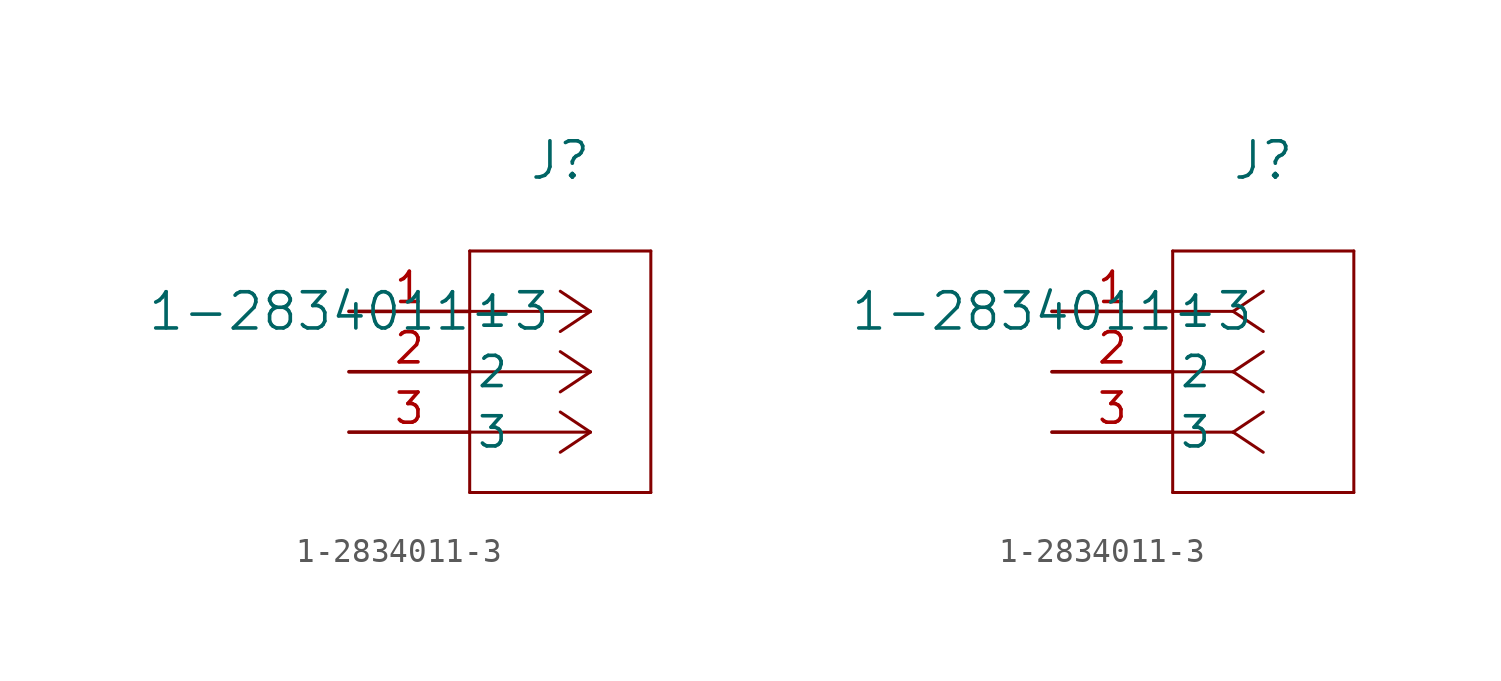
<source format=kicad_sym>
(kicad_symbol_lib
  (version 20211014)
  (generator kicad_symbol_editor)
  (symbol "1-2834011-3"
    (pin_names
      (offset 0.254))
    (property "Reference" "J"
      (at 8.89 6.35 0)
      (effects (font (size 1.524 1.524))))
    (property "Value" "1-2834011-3"
      (at 0 0 0)
      (effects (font (size 1.524 1.524))))
    (symbol "1-2834011-3_1_1"
      (polyline (pts (xy 10.16 0) (xy 5.08 0)) (stroke (width 0.127) (type default) (color 0 0 0 0)) (fill (type none)))
      (polyline (pts (xy 10.16 -2.54) (xy 5.08 -2.54)) (stroke (width 0.127) (type default) (color 0 0 0 0)) (fill (type none)))
      (polyline (pts (xy 10.16 -5.08) (xy 5.08 -5.08)) (stroke (width 0.127) (type default) (color 0 0 0 0)) (fill (type none)))
      (polyline (pts (xy 10.16 0) (xy 8.89 0.847)) (stroke (width 0.127) (type default) (color 0 0 0 0)) (fill (type none)))
      (polyline (pts (xy 10.16 -2.54) (xy 8.89 -1.693)) (stroke (width 0.127) (type default) (color 0 0 0 0)) (fill (type none)))
      (polyline (pts (xy 10.16 -5.08) (xy 8.89 -4.233)) (stroke (width 0.127) (type default) (color 0 0 0 0)) (fill (type none)))
      (polyline (pts (xy 10.16 0) (xy 8.89 -0.847)) (stroke (width 0.127) (type default) (color 0 0 0 0)) (fill (type none)))
      (polyline (pts (xy 10.16 -2.54) (xy 8.89 -3.387)) (stroke (width 0.127) (type default) (color 0 0 0 0)) (fill (type none)))
      (polyline (pts (xy 10.16 -5.08) (xy 8.89 -5.927)) (stroke (width 0.127) (type default) (color 0 0 0 0)) (fill (type none)))
      (polyline (pts (xy 5.08 2.54) (xy 5.08 -7.62)) (stroke (width 0.127) (type default) (color 0 0 0 0)) (fill (type none)))
      (polyline (pts (xy 5.08 -7.62) (xy 12.7 -7.62)) (stroke (width 0.127) (type default) (color 0 0 0 0)) (fill (type none)))
      (polyline (pts (xy 12.7 -7.62) (xy 12.7 2.54)) (stroke (width 0.127) (type default) (color 0 0 0 0)) (fill (type none)))
      (polyline (pts (xy 12.7 2.54) (xy 5.08 2.54)) (stroke (width 0.127) (type default) (color 0 0 0 0)) (fill (type none)))
      (pin unspecified line (at 0 0 0) (length 5.08) (name "1" (effects (font (size 1.27 1.27)))) (number "1" (effects (font (size 1.27 1.27)))))
      (pin unspecified line (at 0 -2.54 0) (length 5.08) (name "2" (effects (font (size 1.27 1.27)))) (number "2" (effects (font (size 1.27 1.27)))))
      (pin unspecified line (at 0 -5.08 0) (length 5.08) (name "3" (effects (font (size 1.27 1.27)))) (number "3" (effects (font (size 1.27 1.27))))))
    (symbol "1-2834011-3_1_2"
      (polyline (pts (xy 7.62 0) (xy 5.08 0)) (stroke (width 0.127) (type default) (color 0 0 0 0)) (fill (type none)))
      (polyline (pts (xy 7.62 -2.54) (xy 5.08 -2.54)) (stroke (width 0.127) (type default) (color 0 0 0 0)) (fill (type none)))
      (polyline (pts (xy 7.62 -5.08) (xy 5.08 -5.08)) (stroke (width 0.127) (type default) (color 0 0 0 0)) (fill (type none)))
      (polyline (pts (xy 7.62 0) (xy 8.89 0.847)) (stroke (width 0.127) (type default) (color 0 0 0 0)) (fill (type none)))
      (polyline (pts (xy 7.62 -2.54) (xy 8.89 -1.693)) (stroke (width 0.127) (type default) (color 0 0 0 0)) (fill (type none)))
      (polyline (pts (xy 7.62 -5.08) (xy 8.89 -4.233)) (stroke (width 0.127) (type default) (color 0 0 0 0)) (fill (type none)))
      (polyline (pts (xy 7.62 0) (xy 8.89 -0.847)) (stroke (width 0.127) (type default) (color 0 0 0 0)) (fill (type none)))
      (polyline (pts (xy 7.62 -2.54) (xy 8.89 -3.387)) (stroke (width 0.127) (type default) (color 0 0 0 0)) (fill (type none)))
      (polyline (pts (xy 7.62 -5.08) (xy 8.89 -5.927)) (stroke (width 0.127) (type default) (color 0 0 0 0)) (fill (type none)))
      (polyline (pts (xy 5.08 2.54) (xy 5.08 -7.62)) (stroke (width 0.127) (type default) (color 0 0 0 0)) (fill (type none)))
      (polyline (pts (xy 5.08 -7.62) (xy 12.7 -7.62)) (stroke (width 0.127) (type default) (color 0 0 0 0)) (fill (type none)))
      (polyline (pts (xy 12.7 -7.62) (xy 12.7 2.54)) (stroke (width 0.127) (type default) (color 0 0 0 0)) (fill (type none)))
      (polyline (pts (xy 12.7 2.54) (xy 5.08 2.54)) (stroke (width 0.127) (type default) (color 0 0 0 0)) (fill (type none)))
      (pin unspecified line (at 0 0 0) (length 5.08) (name "1" (effects (font (size 1.27 1.27)))) (number "1" (effects (font (size 1.27 1.27)))))
      (pin unspecified line (at 0 -2.54 0) (length 5.08) (name "2" (effects (font (size 1.27 1.27)))) (number "2" (effects (font (size 1.27 1.27)))))
      (pin unspecified line (at 0 -5.08 0) (length 5.08) (name "3" (effects (font (size 1.27 1.27)))) (number "3" (effects (font (size 1.27 1.27))))))))
</source>
